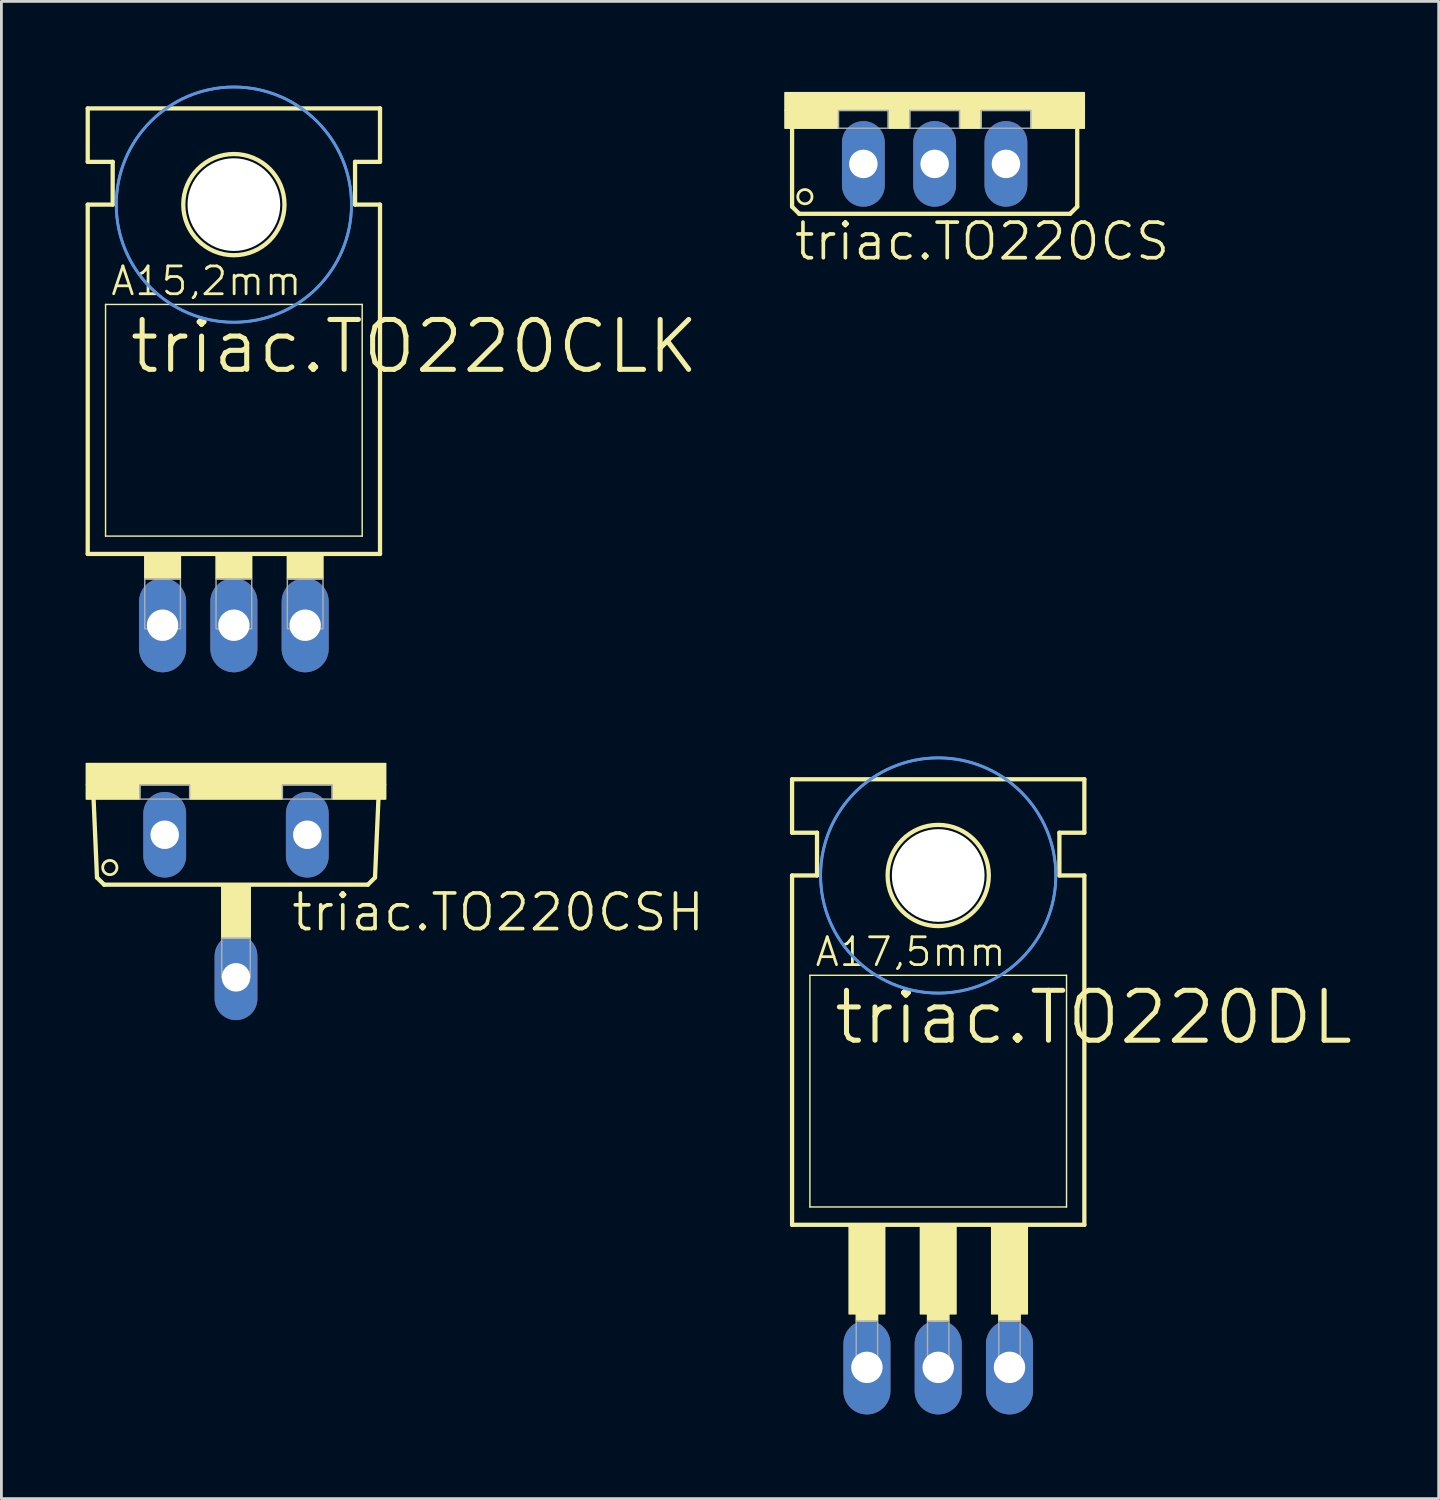
<source format=kicad_pcb>
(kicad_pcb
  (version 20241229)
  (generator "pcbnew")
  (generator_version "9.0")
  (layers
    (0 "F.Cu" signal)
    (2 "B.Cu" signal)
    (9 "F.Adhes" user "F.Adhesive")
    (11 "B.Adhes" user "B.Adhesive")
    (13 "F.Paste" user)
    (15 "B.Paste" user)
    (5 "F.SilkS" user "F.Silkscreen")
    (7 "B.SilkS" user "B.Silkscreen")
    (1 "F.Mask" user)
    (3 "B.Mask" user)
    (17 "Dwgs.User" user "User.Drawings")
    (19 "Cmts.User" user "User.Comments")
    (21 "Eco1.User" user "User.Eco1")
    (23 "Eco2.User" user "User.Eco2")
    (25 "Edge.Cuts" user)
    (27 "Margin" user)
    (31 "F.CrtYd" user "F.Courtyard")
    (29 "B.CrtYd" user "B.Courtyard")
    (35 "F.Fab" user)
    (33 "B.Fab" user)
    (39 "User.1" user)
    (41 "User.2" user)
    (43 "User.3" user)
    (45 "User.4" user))
  (footprint "triac.TO220CS"
    (layer "F.Cu")
    (at 30.252 0.25)
    (property "Reference" "triac.TO220CS" (at -5.08 6.045 0) (layer "F.SilkS") (effects (font (size 1.27 1.27) (thickness 0.13)) (justify left bottom)))
    (attr through_hole)
    (fp_line (start -5.08 4.064) (end -5.08 1.143) (stroke (width 0.152) (type default)) (layer "F.SilkS"))
    (fp_line (start -5.08 4.064) (end -4.826 4.318) (stroke (width 0.152) (type default)) (layer "F.SilkS"))
    (fp_line (start 4.826 4.318) (end -4.826 4.318) (stroke (width 0.152) (type default)) (layer "F.SilkS"))
    (fp_line (start 4.826 4.318) (end 5.08 4.064) (stroke (width 0.152) (type default)) (layer "F.SilkS"))
    (fp_line (start 5.08 1.143) (end 5.08 4.064) (stroke (width 0.152) (type default)) (layer "F.SilkS"))
    (fp_rect (start -5.334 0.635) (end 5.334 0) (stroke (width 0.05) (type default)) (fill yes) (layer "F.SilkS"))
    (fp_rect (start -5.334 1.27) (end -3.429 0.635) (stroke (width 0.05) (type default)) (fill yes) (layer "F.SilkS"))
    (fp_rect (start -1.651 1.27) (end -0.889 0.635) (stroke (width 0.05) (type default)) (fill yes) (layer "F.SilkS"))
    (fp_rect (start 0.889 1.27) (end 1.651 0.635) (stroke (width 0.05) (type default)) (fill yes) (layer "F.SilkS"))
    (fp_rect (start 3.429 1.27) (end 5.334 0.635) (stroke (width 0.05) (type default)) (fill yes) (layer "F.SilkS"))
    (fp_circle (center -4.623 3.708) (end -4.369 3.708) (stroke (width 0.1) (type default)) (fill no) (layer "F.SilkS"))
    (fp_rect (start -3.429 1.27) (end -1.651 0.635) (stroke (width 0.05) (type default)) (fill no) (layer "F.Fab"))
    (fp_rect (start -0.889 1.27) (end 0.889 0.635) (stroke (width 0.05) (type default)) (fill no) (layer "F.Fab"))
    (fp_rect (start 1.651 1.27) (end 3.429 0.635) (stroke (width 0.05) (type default)) (fill no) (layer "F.Fab"))
    (pad "A" thru_hole oval (at 0 2.54 90) (size 3.048 1.524) (drill 1.016) (layers "*.Cu" "*.Mask"))
    (pad "C" thru_hole oval (at -2.54 2.54 90) (size 3.048 1.524) (drill 1.016) (layers "*.Cu" "*.Mask"))
    (pad "G" thru_hole oval (at 2.54 2.54 90) (size 3.048 1.524) (drill 1.016) (layers "*.Cu" "*.Mask")))
  (footprint "triac.TO220CLK"
    (layer "F.Cu")
    (at 5.283 15.417)
    (property "Reference" "triac.TO220CLK" (at -3.81 -5.08 0) (layer "F.SilkS") (effects (font (size 1.778 1.778) (thickness 0.18)) (justify left bottom)))
    (attr through_hole)
    (fp_line (start -5.207 -12.7) (end -5.207 -14.605) (stroke (width 0.152) (type default)) (layer "F.SilkS"))
    (fp_line (start -5.207 -11.176) (end -4.318 -11.176) (stroke (width 0.152) (type default)) (layer "F.SilkS"))
    (fp_line (start -5.207 1.27) (end -5.207 -11.176) (stroke (width 0.152) (type default)) (layer "F.SilkS"))
    (fp_line (start -5.207 1.27) (end 5.207 1.27) (stroke (width 0.152) (type default)) (layer "F.SilkS"))
    (fp_line (start -4.572 0.635) (end -4.572 -7.62) (stroke (width 0.051) (type default)) (layer "F.SilkS"))
    (fp_line (start -4.572 0.635) (end 4.572 0.635) (stroke (width 0.051) (type default)) (layer "F.SilkS"))
    (fp_line (start -4.318 -12.7) (end -5.207 -12.7) (stroke (width 0.152) (type default)) (layer "F.SilkS"))
    (fp_line (start -4.318 -11.176) (end -4.318 -12.7) (stroke (width 0.152) (type default)) (layer "F.SilkS"))
    (fp_line (start 4.318 -12.7) (end 5.207 -12.7) (stroke (width 0.152) (type default)) (layer "F.SilkS"))
    (fp_line (start 4.318 -11.176) (end 4.318 -12.7) (stroke (width 0.152) (type default)) (layer "F.SilkS"))
    (fp_line (start 4.572 -7.62) (end -4.572 -7.62) (stroke (width 0.051) (type default)) (layer "F.SilkS"))
    (fp_line (start 4.572 -7.62) (end 4.572 0.635) (stroke (width 0.051) (type default)) (layer "F.SilkS"))
    (fp_line (start 5.207 -14.605) (end -5.207 -14.605) (stroke (width 0.152) (type default)) (layer "F.SilkS"))
    (fp_line (start 5.207 -12.7) (end 5.207 -14.605) (stroke (width 0.152) (type default)) (layer "F.SilkS"))
    (fp_line (start 5.207 -11.176) (end 4.318 -11.176) (stroke (width 0.152) (type default)) (layer "F.SilkS"))
    (fp_line (start 5.207 1.27) (end 5.207 -11.176) (stroke (width 0.152) (type default)) (layer "F.SilkS"))
    (fp_rect (start -3.175 2.159) (end -1.905 1.27) (stroke (width 0.05) (type default)) (fill yes) (layer "F.SilkS"))
    (fp_rect (start -0.635 2.159) (end 0.635 1.27) (stroke (width 0.05) (type default)) (fill yes) (layer "F.SilkS"))
    (fp_rect (start 1.905 2.159) (end 3.175 1.27) (stroke (width 0.05) (type default)) (fill yes) (layer "F.SilkS"))
    (fp_circle (center 0 -11.176) (end 1.803 -11.176) (stroke (width 0.152) (type default)) (fill no) (layer "F.SilkS"))
    (fp_circle (center 0 -11.176) (end 4.191 -11.176) (stroke (width 0.1) (type default)) (fill no) (layer "Cmts.User"))
    (fp_circle (center 0 -11.176) (end 4.191 -11.176) (stroke (width 0.1) (type default)) (fill no) (layer "Cmts.User"))
    (fp_rect (start -3.175 3.937) (end -1.905 2.159) (stroke (width 0.05) (type default)) (fill no) (layer "F.Fab"))
    (fp_rect (start -0.635 3.937) (end 0.635 2.159) (stroke (width 0.05) (type default)) (fill no) (layer "F.Fab"))
    (fp_rect (start 1.905 3.937) (end 3.175 2.159) (stroke (width 0.05) (type default)) (fill no) (layer "F.Fab"))
    (fp_text user "A15,2mm" (at -4.445 -7.874 0) (layer "F.SilkS") (effects (font (size 0.991 0.991) (thickness 0.1)) (justify left bottom)))
    (pad "" np_thru_hole circle (at 0 -11.176) (size 3.302 3.302) (drill 3.302) (layers "*.Cu" "*.Mask"))
    (pad "A" thru_hole oval (at 0 3.81 90) (size 3.353 1.676) (drill 1.118) (layers "*.Cu" "*.Mask"))
    (pad "C" thru_hole oval (at -2.54 3.81 90) (size 3.353 1.676) (drill 1.118) (layers "*.Cu" "*.Mask"))
    (pad "G" thru_hole oval (at 2.54 3.81 90) (size 3.353 1.676) (drill 1.118) (layers "*.Cu" "*.Mask")))
  (footprint "triac.TO220DL"
    (layer "F.Cu")
    (at 30.379 39.32)
    (property "Reference" "triac.TO220DL" (at -3.81 -5.08 0) (layer "F.SilkS") (effects (font (size 1.778 1.778) (thickness 0.18)) (justify left bottom)))
    (attr through_hole)
    (fp_line (start -5.207 -12.7) (end -5.207 -14.605) (stroke (width 0.152) (type default)) (layer "F.SilkS"))
    (fp_line (start -5.207 -11.176) (end -4.318 -11.176) (stroke (width 0.152) (type default)) (layer "F.SilkS"))
    (fp_line (start -5.207 1.27) (end -5.207 -11.176) (stroke (width 0.152) (type default)) (layer "F.SilkS"))
    (fp_line (start -5.207 1.27) (end 5.207 1.27) (stroke (width 0.152) (type default)) (layer "F.SilkS"))
    (fp_line (start -4.572 0.635) (end -4.572 -7.62) (stroke (width 0.051) (type default)) (layer "F.SilkS"))
    (fp_line (start -4.572 0.635) (end 4.572 0.635) (stroke (width 0.051) (type default)) (layer "F.SilkS"))
    (fp_line (start -4.318 -12.7) (end -5.207 -12.7) (stroke (width 0.152) (type default)) (layer "F.SilkS"))
    (fp_line (start -4.318 -11.176) (end -4.318 -12.7) (stroke (width 0.152) (type default)) (layer "F.SilkS"))
    (fp_line (start 4.318 -12.7) (end 5.207 -12.7) (stroke (width 0.152) (type default)) (layer "F.SilkS"))
    (fp_line (start 4.318 -11.176) (end 4.318 -12.7) (stroke (width 0.152) (type default)) (layer "F.SilkS"))
    (fp_line (start 4.572 -7.62) (end -4.572 -7.62) (stroke (width 0.051) (type default)) (layer "F.SilkS"))
    (fp_line (start 4.572 -7.62) (end 4.572 0.635) (stroke (width 0.051) (type default)) (layer "F.SilkS"))
    (fp_line (start 5.207 -14.605) (end -5.207 -14.605) (stroke (width 0.152) (type default)) (layer "F.SilkS"))
    (fp_line (start 5.207 -12.7) (end 5.207 -14.605) (stroke (width 0.152) (type default)) (layer "F.SilkS"))
    (fp_line (start 5.207 -11.176) (end 4.318 -11.176) (stroke (width 0.152) (type default)) (layer "F.SilkS"))
    (fp_line (start 5.207 1.27) (end 5.207 -11.176) (stroke (width 0.152) (type default)) (layer "F.SilkS"))
    (fp_rect (start -3.175 4.445) (end -1.905 1.27) (stroke (width 0.05) (type default)) (fill yes) (layer "F.SilkS"))
    (fp_rect (start -2.921 4.699) (end -2.159 4.445) (stroke (width 0.05) (type default)) (fill yes) (layer "F.SilkS"))
    (fp_rect (start -0.635 4.445) (end 0.635 1.27) (stroke (width 0.05) (type default)) (fill yes) (layer "F.SilkS"))
    (fp_rect (start -0.381 4.699) (end 0.381 4.445) (stroke (width 0.05) (type default)) (fill yes) (layer "F.SilkS"))
    (fp_rect (start 1.905 4.445) (end 3.175 1.27) (stroke (width 0.05) (type default)) (fill yes) (layer "F.SilkS"))
    (fp_rect (start 2.159 4.699) (end 2.921 4.445) (stroke (width 0.05) (type default)) (fill yes) (layer "F.SilkS"))
    (fp_circle (center 0 -11.176) (end 1.803 -11.176) (stroke (width 0.152) (type default)) (fill no) (layer "F.SilkS"))
    (fp_circle (center 0 -11.176) (end 4.191 -11.176) (stroke (width 0.1) (type default)) (fill no) (layer "Cmts.User"))
    (fp_circle (center 0 -11.176) (end 4.191 -11.176) (stroke (width 0.1) (type default)) (fill no) (layer "Cmts.User"))
    (fp_rect (start -2.921 6.477) (end -2.159 4.699) (stroke (width 0.05) (type default)) (fill no) (layer "F.Fab"))
    (fp_rect (start -0.381 6.477) (end 0.381 4.699) (stroke (width 0.05) (type default)) (fill no) (layer "F.Fab"))
    (fp_rect (start 2.159 6.477) (end 2.921 4.699) (stroke (width 0.05) (type default)) (fill no) (layer "F.Fab"))
    (fp_text user "A17,5mm" (at -4.445 -7.874 0) (layer "F.SilkS") (effects (font (size 0.991 0.991) (thickness 0.1)) (justify left bottom)))
    (pad "" np_thru_hole circle (at 0 -11.176) (size 3.302 3.302) (drill 3.302) (layers "*.Cu" "*.Mask"))
    (pad "A1" thru_hole oval (at -2.54 6.35 90) (size 3.353 1.676) (drill 1.118) (layers "*.Cu" "*.Mask"))
    (pad "A2" thru_hole oval (at 0 6.35 90) (size 3.353 1.676) (drill 1.118) (layers "*.Cu" "*.Mask"))
    (pad "G" thru_hole oval (at 2.54 6.35 90) (size 3.353 1.676) (drill 1.118) (layers "*.Cu" "*.Mask")))
  (footprint "triac.TO220CSH"
    (layer "F.Cu")
    (at 5.359 24.153)
    (property "Reference" "triac.TO220CSH" (at 1.905 6.045 0) (layer "F.SilkS") (effects (font (size 1.27 1.27) (thickness 0.13)) (justify left bottom)))
    (attr through_hole)
    (fp_line (start -4.953 4.064) (end -5.08 1.143) (stroke (width 0.152) (type default)) (layer "F.SilkS"))
    (fp_line (start -4.953 4.064) (end -4.699 4.318) (stroke (width 0.152) (type default)) (layer "F.SilkS"))
    (fp_line (start 4.699 4.318) (end -4.699 4.318) (stroke (width 0.152) (type default)) (layer "F.SilkS"))
    (fp_line (start 4.699 4.318) (end 4.953 4.064) (stroke (width 0.152) (type default)) (layer "F.SilkS"))
    (fp_line (start 5.08 1.143) (end 4.953 4.064) (stroke (width 0.152) (type default)) (layer "F.SilkS"))
    (fp_rect (start -5.334 0.762) (end 5.334 0) (stroke (width 0.05) (type default)) (fill yes) (layer "F.SilkS"))
    (fp_rect (start -5.334 1.27) (end -3.429 0.762) (stroke (width 0.05) (type default)) (fill yes) (layer "F.SilkS"))
    (fp_rect (start -1.651 1.27) (end 1.651 0.762) (stroke (width 0.05) (type default)) (fill yes) (layer "F.SilkS"))
    (fp_rect (start -0.508 6.223) (end 0.508 4.318) (stroke (width 0.05) (type default)) (fill yes) (layer "F.SilkS"))
    (fp_rect (start 3.429 1.27) (end 5.334 0.762) (stroke (width 0.05) (type default)) (fill yes) (layer "F.SilkS"))
    (fp_circle (center -4.496 3.708) (end -4.242 3.708) (stroke (width 0.1) (type default)) (fill no) (layer "F.SilkS"))
    (fp_rect (start -3.429 1.27) (end -1.651 0.762) (stroke (width 0.05) (type default)) (fill no) (layer "F.Fab"))
    (fp_rect (start -0.508 7.62) (end 0.508 6.223) (stroke (width 0.05) (type default)) (fill no) (layer "F.Fab"))
    (fp_rect (start 1.651 1.27) (end 3.429 0.762) (stroke (width 0.05) (type default)) (fill no) (layer "F.Fab"))
    (pad "A" thru_hole oval (at 0 7.62 90) (size 3.048 1.524) (drill 1.016) (layers "*.Cu" "*.Mask"))
    (pad "C" thru_hole oval (at -2.54 2.54 90) (size 3.048 1.524) (drill 1.016) (layers "*.Cu" "*.Mask"))
    (pad "G" thru_hole oval (at 2.54 2.54 90) (size 3.048 1.524) (drill 1.016) (layers "*.Cu" "*.Mask")))
  (gr_rect
    (start -3 -3)
    (end 48.211 50.347)
    (stroke (width 0.1) (type default))
    (fill no)
    (layer "Edge.Cuts")))
</source>
